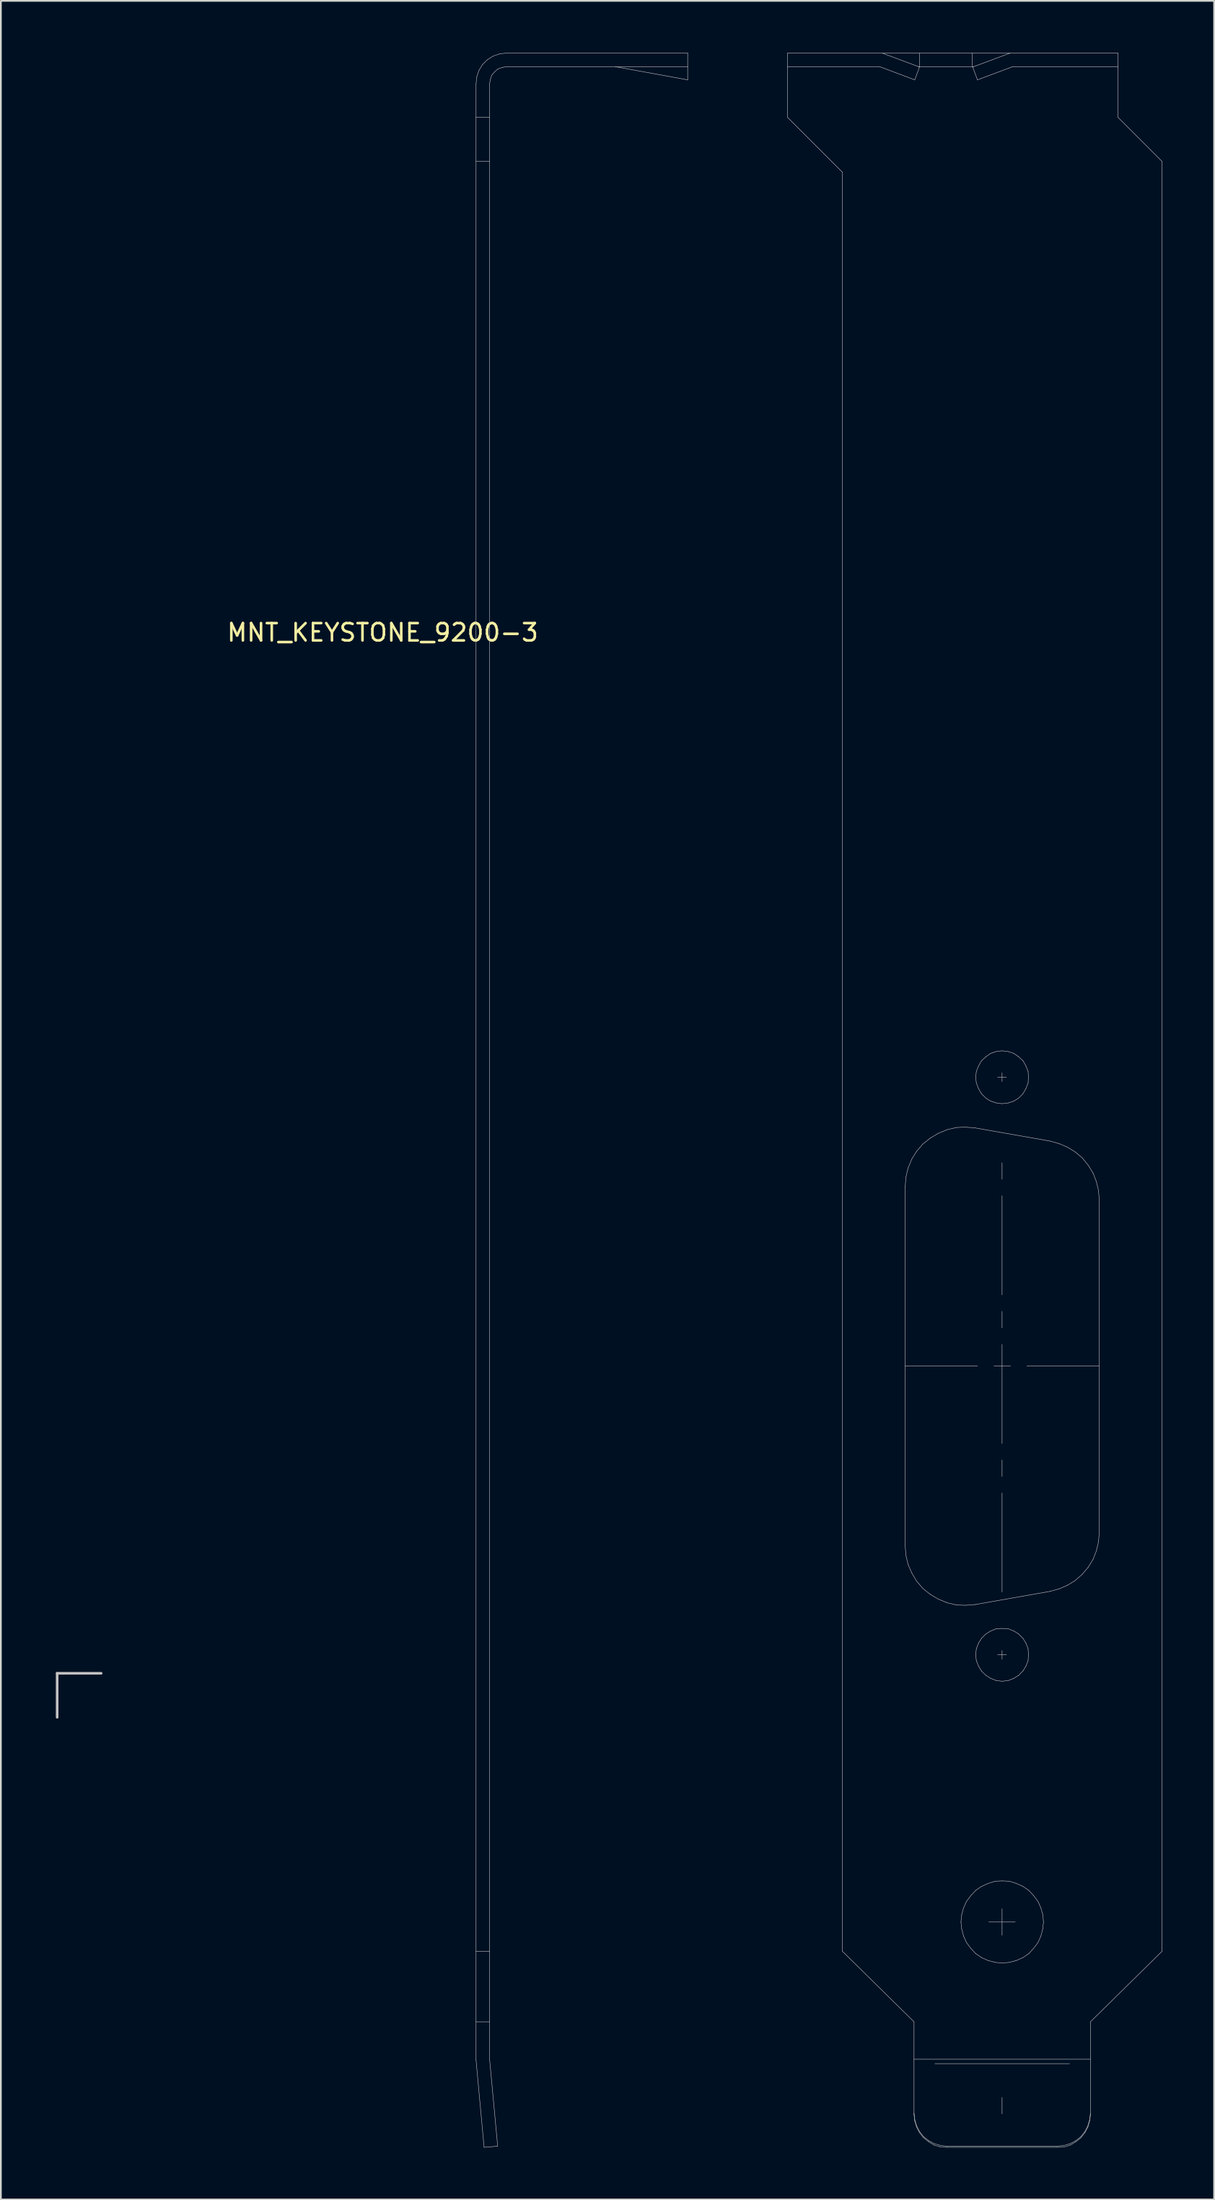
<source format=kicad_pcb>
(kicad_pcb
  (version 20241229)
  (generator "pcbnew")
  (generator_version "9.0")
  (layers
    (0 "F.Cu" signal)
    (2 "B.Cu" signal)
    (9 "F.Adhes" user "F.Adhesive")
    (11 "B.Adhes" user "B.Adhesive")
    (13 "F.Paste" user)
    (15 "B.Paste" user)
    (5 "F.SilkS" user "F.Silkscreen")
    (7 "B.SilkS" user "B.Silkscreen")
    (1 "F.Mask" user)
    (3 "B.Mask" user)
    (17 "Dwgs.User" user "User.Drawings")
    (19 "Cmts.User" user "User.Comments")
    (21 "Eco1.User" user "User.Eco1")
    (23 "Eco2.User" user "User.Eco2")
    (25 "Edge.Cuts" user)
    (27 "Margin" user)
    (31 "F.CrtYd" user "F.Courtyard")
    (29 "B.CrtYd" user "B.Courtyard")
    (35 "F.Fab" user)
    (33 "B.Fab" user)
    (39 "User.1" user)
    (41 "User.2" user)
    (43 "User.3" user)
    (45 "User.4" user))
  (footprint "MNT_KEYSTONE_9200-3"
    (layer "F.Cu")
    (at 0.25 93.529)
    (property "Reference" "MNT_KEYSTONE_9200-3" (at 18.796 -60.071 0) (layer "F.SilkS") (effects (font (size 1 1) (thickness 0.15))))
    (attr through_hole)
    (fp_line (start 0 0) (end 0 2.54) (stroke (width 0.15) (type solid)) (layer "Dwgs.User"))
    (fp_line (start 2.54 0) (end 0 0) (stroke (width 0.15) (type solid)) (layer "Dwgs.User"))
    (fp_line (start 24.186 -91.737) (end 24.229 -92.14) (stroke (width 0.025) (type solid)) (layer "Dwgs.User"))
    (fp_line (start 24.186 22.317) (end 24.186 -91.737) (stroke (width 0.025) (type solid)) (layer "Dwgs.User"))
    (fp_line (start 24.186 22.317) (end 24.652 27.358) (stroke (width 0.025) (type solid)) (layer "Dwgs.User"))
    (fp_line (start 24.229 -92.14) (end 24.356 -92.521) (stroke (width 0.025) (type solid)) (layer "Dwgs.User"))
    (fp_line (start 24.356 -92.521) (end 24.567 -92.86) (stroke (width 0.025) (type solid)) (layer "Dwgs.User"))
    (fp_line (start 24.567 -92.86) (end 24.843 -93.135) (stroke (width 0.025) (type solid)) (layer "Dwgs.User"))
    (fp_line (start 24.652 27.358) (end 25.436 27.294) (stroke (width 0.025) (type solid)) (layer "Dwgs.User"))
    (fp_line (start 24.843 -93.135) (end 25.182 -93.347) (stroke (width 0.025) (type solid)) (layer "Dwgs.User"))
    (fp_line (start 24.97 -91.737) (end 25.012 -91.991) (stroke (width 0.025) (type solid)) (layer "Dwgs.User"))
    (fp_line (start 24.97 -89.81) (end 24.186 -89.81) (stroke (width 0.025) (type solid)) (layer "Dwgs.User"))
    (fp_line (start 24.97 -87.268) (end 24.186 -87.268) (stroke (width 0.025) (type solid)) (layer "Dwgs.User"))
    (fp_line (start 24.97 16.048) (end 24.186 16.048) (stroke (width 0.025) (type solid)) (layer "Dwgs.User"))
    (fp_line (start 24.97 20.114) (end 24.186 20.114) (stroke (width 0.025) (type solid)) (layer "Dwgs.User"))
    (fp_line (start 24.97 22.274) (end 24.97 -91.737) (stroke (width 0.025) (type solid)) (layer "Dwgs.User"))
    (fp_line (start 24.97 22.274) (end 25.436 27.294) (stroke (width 0.025) (type solid)) (layer "Dwgs.User"))
    (fp_line (start 25.012 -91.991) (end 25.097 -92.245) (stroke (width 0.025) (type solid)) (layer "Dwgs.User"))
    (fp_line (start 25.097 -92.245) (end 25.266 -92.436) (stroke (width 0.025) (type solid)) (layer "Dwgs.User"))
    (fp_line (start 25.182 -93.347) (end 25.563 -93.474) (stroke (width 0.025) (type solid)) (layer "Dwgs.User"))
    (fp_line (start 25.266 -92.436) (end 25.457 -92.606) (stroke (width 0.025) (type solid)) (layer "Dwgs.User"))
    (fp_line (start 25.457 -92.606) (end 25.711 -92.69) (stroke (width 0.025) (type solid)) (layer "Dwgs.User"))
    (fp_line (start 25.563 -93.474) (end 25.965 -93.516) (stroke (width 0.025) (type solid)) (layer "Dwgs.User"))
    (fp_line (start 25.711 -92.69) (end 25.965 -92.733) (stroke (width 0.025) (type solid)) (layer "Dwgs.User"))
    (fp_line (start 25.965 -92.733) (end 36.407 -92.733) (stroke (width 0.025) (type solid)) (layer "Dwgs.User"))
    (fp_line (start 36.407 -93.516) (end 25.965 -93.516) (stroke (width 0.025) (type solid)) (layer "Dwgs.User"))
    (fp_line (start 36.407 -92.733) (end 36.407 -93.516) (stroke (width 0.025) (type solid)) (layer "Dwgs.User"))
    (fp_line (start 36.407 -92.733) (end 36.407 -91.97) (stroke (width 0.025) (type solid)) (layer "Dwgs.User"))
    (fp_line (start 36.407 -91.97) (end 32.213 -92.733) (stroke (width 0.025) (type solid)) (layer "Dwgs.User"))
    (fp_line (start 42.168 -93.516) (end 42.168 -89.81) (stroke (width 0.025) (type solid)) (layer "Dwgs.User"))
    (fp_line (start 42.168 -89.81) (end 45.345 -86.633) (stroke (width 0.025) (type solid)) (layer "Dwgs.User"))
    (fp_line (start 45.345 16.048) (end 45.345 -86.633) (stroke (width 0.025) (type solid)) (layer "Dwgs.User"))
    (fp_line (start 47.484 -92.733) (end 42.168 -92.733) (stroke (width 0.025) (type solid)) (layer "Dwgs.User"))
    (fp_line (start 47.484 -92.733) (end 49.518 -91.97) (stroke (width 0.025) (type solid)) (layer "Dwgs.User"))
    (fp_line (start 47.633 -93.516) (end 49.793 -92.711) (stroke (width 0.025) (type solid)) (layer "Dwgs.User"))
    (fp_line (start 48.967 -28.091) (end 48.967 -7.356) (stroke (width 0.025) (type solid)) (layer "Dwgs.User"))
    (fp_line (start 48.967 -17.734) (end 53.139 -17.734) (stroke (width 0.025) (type solid)) (layer "Dwgs.User"))
    (fp_line (start 48.967 -7.356) (end 49.009 -6.806) (stroke (width 0.025) (type solid)) (layer "Dwgs.User"))
    (fp_line (start 49.009 -28.642) (end 48.967 -28.091) (stroke (width 0.025) (type solid)) (layer "Dwgs.User"))
    (fp_line (start 49.009 -6.806) (end 49.136 -6.276) (stroke (width 0.025) (type solid)) (layer "Dwgs.User"))
    (fp_line (start 49.136 -29.172) (end 49.009 -28.642) (stroke (width 0.025) (type solid)) (layer "Dwgs.User"))
    (fp_line (start 49.136 -6.276) (end 49.348 -5.789) (stroke (width 0.025) (type solid)) (layer "Dwgs.User"))
    (fp_line (start 49.348 -29.68) (end 49.136 -29.172) (stroke (width 0.025) (type solid)) (layer "Dwgs.User"))
    (fp_line (start 49.348 -5.789) (end 49.624 -5.323) (stroke (width 0.025) (type solid)) (layer "Dwgs.User"))
    (fp_line (start 49.475 20.114) (end 45.345 16.048) (stroke (width 0.025) (type solid)) (layer "Dwgs.User"))
    (fp_line (start 49.475 25.388) (end 49.518 25.748) (stroke (width 0.025) (type solid)) (layer "Dwgs.User"))
    (fp_line (start 49.475 25.451) (end 49.475 20.114) (stroke (width 0.025) (type solid)) (layer "Dwgs.User"))
    (fp_line (start 49.475 25.451) (end 49.518 25.833) (stroke (width 0.025) (type solid)) (layer "Dwgs.User"))
    (fp_line (start 49.518 -91.97) (end 49.793 -92.711) (stroke (width 0.025) (type solid)) (layer "Dwgs.User"))
    (fp_line (start 49.518 25.748) (end 49.624 26.108) (stroke (width 0.025) (type solid)) (layer "Dwgs.User"))
    (fp_line (start 49.518 25.833) (end 49.624 26.193) (stroke (width 0.025) (type solid)) (layer "Dwgs.User"))
    (fp_line (start 49.624 -30.125) (end 49.348 -29.68) (stroke (width 0.025) (type solid)) (layer "Dwgs.User"))
    (fp_line (start 49.624 -5.323) (end 49.984 -4.899) (stroke (width 0.025) (type solid)) (layer "Dwgs.User"))
    (fp_line (start 49.624 26.108) (end 49.793 26.447) (stroke (width 0.025) (type solid)) (layer "Dwgs.User"))
    (fp_line (start 49.624 26.193) (end 49.793 26.51) (stroke (width 0.025) (type solid)) (layer "Dwgs.User"))
    (fp_line (start 49.793 -93.516) (end 49.793 -92.733) (stroke (width 0.025) (type solid)) (layer "Dwgs.User"))
    (fp_line (start 49.793 26.447) (end 50.026 26.743) (stroke (width 0.025) (type solid)) (layer "Dwgs.User"))
    (fp_line (start 49.793 26.51) (end 50.026 26.807) (stroke (width 0.025) (type solid)) (layer "Dwgs.User"))
    (fp_line (start 49.984 -30.548) (end 49.624 -30.125) (stroke (width 0.025) (type solid)) (layer "Dwgs.User"))
    (fp_line (start 49.984 -4.899) (end 50.407 -4.56) (stroke (width 0.025) (type solid)) (layer "Dwgs.User"))
    (fp_line (start 50.026 26.743) (end 50.323 26.976) (stroke (width 0.025) (type solid)) (layer "Dwgs.User"))
    (fp_line (start 50.026 26.807) (end 50.323 27.04) (stroke (width 0.025) (type solid)) (layer "Dwgs.User"))
    (fp_line (start 50.323 26.976) (end 50.64 27.146) (stroke (width 0.025) (type solid)) (layer "Dwgs.User"))
    (fp_line (start 50.323 27.04) (end 50.64 27.231) (stroke (width 0.025) (type solid)) (layer "Dwgs.User"))
    (fp_line (start 50.407 -30.887) (end 49.984 -30.548) (stroke (width 0.025) (type solid)) (layer "Dwgs.User"))
    (fp_line (start 50.407 -4.56) (end 50.873 -4.285) (stroke (width 0.025) (type solid)) (layer "Dwgs.User"))
    (fp_line (start 50.64 27.146) (end 51 27.252) (stroke (width 0.025) (type solid)) (layer "Dwgs.User"))
    (fp_line (start 50.64 27.231) (end 51 27.337) (stroke (width 0.025) (type solid)) (layer "Dwgs.User"))
    (fp_line (start 50.873 -31.163) (end 50.407 -30.887) (stroke (width 0.025) (type solid)) (layer "Dwgs.User"))
    (fp_line (start 50.873 -4.285) (end 51.382 -4.073) (stroke (width 0.025) (type solid)) (layer "Dwgs.User"))
    (fp_line (start 51 27.252) (end 51.382 27.294) (stroke (width 0.025) (type solid)) (layer "Dwgs.User"))
    (fp_line (start 51 27.337) (end 51.382 27.358) (stroke (width 0.025) (type solid)) (layer "Dwgs.User"))
    (fp_line (start 51.382 -31.374) (end 50.873 -31.163) (stroke (width 0.025) (type solid)) (layer "Dwgs.User"))
    (fp_line (start 51.382 -4.073) (end 51.911 -3.946) (stroke (width 0.025) (type solid)) (layer "Dwgs.User"))
    (fp_line (start 51.911 -31.501) (end 51.382 -31.374) (stroke (width 0.025) (type solid)) (layer "Dwgs.User"))
    (fp_line (start 51.911 -3.946) (end 52.441 -3.925) (stroke (width 0.025) (type solid)) (layer "Dwgs.User"))
    (fp_line (start 52.186 14.353) (end 52.229 14.756) (stroke (width 0.025) (type solid)) (layer "Dwgs.User"))
    (fp_line (start 52.229 13.93) (end 52.186 14.353) (stroke (width 0.025) (type solid)) (layer "Dwgs.User"))
    (fp_line (start 52.229 14.756) (end 52.335 15.158) (stroke (width 0.025) (type solid)) (layer "Dwgs.User"))
    (fp_line (start 52.335 13.548) (end 52.229 13.93) (stroke (width 0.025) (type solid)) (layer "Dwgs.User"))
    (fp_line (start 52.335 15.158) (end 52.504 15.539) (stroke (width 0.025) (type solid)) (layer "Dwgs.User"))
    (fp_line (start 52.441 -31.523) (end 51.911 -31.501) (stroke (width 0.025) (type solid)) (layer "Dwgs.User"))
    (fp_line (start 52.441 -3.925) (end 52.991 -3.967) (stroke (width 0.025) (type solid)) (layer "Dwgs.User"))
    (fp_line (start 52.504 13.167) (end 52.335 13.548) (stroke (width 0.025) (type solid)) (layer "Dwgs.User"))
    (fp_line (start 52.504 15.539) (end 52.758 15.878) (stroke (width 0.025) (type solid)) (layer "Dwgs.User"))
    (fp_line (start 52.758 12.828) (end 52.504 13.167) (stroke (width 0.025) (type solid)) (layer "Dwgs.User"))
    (fp_line (start 52.758 15.878) (end 53.034 16.175) (stroke (width 0.025) (type solid)) (layer "Dwgs.User"))
    (fp_line (start 52.843 -93.516) (end 52.843 -92.733) (stroke (width 0.025) (type solid)) (layer "Dwgs.User"))
    (fp_line (start 52.864 -92.711) (end 53.139 -91.97) (stroke (width 0.025) (type solid)) (layer "Dwgs.User"))
    (fp_line (start 52.928 -92.733) (end 49.73 -92.733) (stroke (width 0.025) (type solid)) (layer "Dwgs.User"))
    (fp_line (start 52.991 -31.48) (end 52.441 -31.523) (stroke (width 0.025) (type solid)) (layer "Dwgs.User"))
    (fp_line (start 52.991 -3.967) (end 57.333 -4.73) (stroke (width 0.025) (type solid)) (layer "Dwgs.User"))
    (fp_line (start 53.034 -34.403) (end 53.076 -34.064) (stroke (width 0.025) (type solid)) (layer "Dwgs.User"))
    (fp_line (start 53.034 -1.066) (end 53.076 -0.727) (stroke (width 0.025) (type solid)) (layer "Dwgs.User"))
    (fp_line (start 53.034 12.532) (end 52.758 12.828) (stroke (width 0.025) (type solid)) (layer "Dwgs.User"))
    (fp_line (start 53.034 16.175) (end 53.372 16.408) (stroke (width 0.025) (type solid)) (layer "Dwgs.User"))
    (fp_line (start 53.076 -34.742) (end 53.034 -34.403) (stroke (width 0.025) (type solid)) (layer "Dwgs.User"))
    (fp_line (start 53.076 -34.064) (end 53.203 -33.746) (stroke (width 0.025) (type solid)) (layer "Dwgs.User"))
    (fp_line (start 53.076 -1.426) (end 53.034 -1.066) (stroke (width 0.025) (type solid)) (layer "Dwgs.User"))
    (fp_line (start 53.076 -0.727) (end 53.203 -0.409) (stroke (width 0.025) (type solid)) (layer "Dwgs.User"))
    (fp_line (start 53.203 -35.06) (end 53.076 -34.742) (stroke (width 0.025) (type solid)) (layer "Dwgs.User"))
    (fp_line (start 53.203 -33.746) (end 53.372 -33.45) (stroke (width 0.025) (type solid)) (layer "Dwgs.User"))
    (fp_line (start 53.203 -1.744) (end 53.076 -1.426) (stroke (width 0.025) (type solid)) (layer "Dwgs.User"))
    (fp_line (start 53.203 -0.409) (end 53.372 -0.134) (stroke (width 0.025) (type solid)) (layer "Dwgs.User"))
    (fp_line (start 53.372 -35.356) (end 53.203 -35.06) (stroke (width 0.025) (type solid)) (layer "Dwgs.User"))
    (fp_line (start 53.372 -33.45) (end 53.627 -33.196) (stroke (width 0.025) (type solid)) (layer "Dwgs.User"))
    (fp_line (start 53.372 -2.019) (end 53.203 -1.744) (stroke (width 0.025) (type solid)) (layer "Dwgs.User"))
    (fp_line (start 53.372 -0.134) (end 53.627 0.12) (stroke (width 0.025) (type solid)) (layer "Dwgs.User"))
    (fp_line (start 53.372 12.299) (end 53.034 12.532) (stroke (width 0.025) (type solid)) (layer "Dwgs.User"))
    (fp_line (start 53.372 16.408) (end 53.754 16.577) (stroke (width 0.025) (type solid)) (layer "Dwgs.User"))
    (fp_line (start 53.627 -35.589) (end 53.372 -35.356) (stroke (width 0.025) (type solid)) (layer "Dwgs.User"))
    (fp_line (start 53.627 -33.196) (end 53.902 -33.026) (stroke (width 0.025) (type solid)) (layer "Dwgs.User"))
    (fp_line (start 53.627 -2.273) (end 53.372 -2.019) (stroke (width 0.025) (type solid)) (layer "Dwgs.User"))
    (fp_line (start 53.627 0.12) (end 53.902 0.29) (stroke (width 0.025) (type solid)) (layer "Dwgs.User"))
    (fp_line (start 53.754 12.129) (end 53.372 12.299) (stroke (width 0.025) (type solid)) (layer "Dwgs.User"))
    (fp_line (start 53.754 16.577) (end 54.156 16.683) (stroke (width 0.025) (type solid)) (layer "Dwgs.User"))
    (fp_line (start 53.902 -35.78) (end 53.627 -35.589) (stroke (width 0.025) (type solid)) (layer "Dwgs.User"))
    (fp_line (start 53.902 -33.026) (end 54.22 -32.92) (stroke (width 0.025) (type solid)) (layer "Dwgs.User"))
    (fp_line (start 53.902 -2.443) (end 53.627 -2.273) (stroke (width 0.025) (type solid)) (layer "Dwgs.User"))
    (fp_line (start 53.902 0.29) (end 54.22 0.417) (stroke (width 0.025) (type solid)) (layer "Dwgs.User"))
    (fp_line (start 54.093 -17.734) (end 55.046 -17.734) (stroke (width 0.025) (type solid)) (layer "Dwgs.User"))
    (fp_line (start 54.156 12.002) (end 53.754 12.129) (stroke (width 0.025) (type solid)) (layer "Dwgs.User"))
    (fp_line (start 54.156 16.683) (end 54.559 16.725) (stroke (width 0.025) (type solid)) (layer "Dwgs.User"))
    (fp_line (start 54.22 -35.886) (end 53.902 -35.78) (stroke (width 0.025) (type solid)) (layer "Dwgs.User"))
    (fp_line (start 54.22 -32.92) (end 54.559 -32.878) (stroke (width 0.025) (type solid)) (layer "Dwgs.User"))
    (fp_line (start 54.22 -2.57) (end 53.902 -2.443) (stroke (width 0.025) (type solid)) (layer "Dwgs.User"))
    (fp_line (start 54.22 0.417) (end 54.559 0.459) (stroke (width 0.025) (type solid)) (layer "Dwgs.User"))
    (fp_line (start 54.559 -35.928) (end 54.22 -35.886) (stroke (width 0.025) (type solid)) (layer "Dwgs.User"))
    (fp_line (start 54.559 -34.149) (end 54.559 -34.657) (stroke (width 0.025) (type solid)) (layer "Dwgs.User"))
    (fp_line (start 54.559 -32.878) (end 54.919 -32.92) (stroke (width 0.025) (type solid)) (layer "Dwgs.User"))
    (fp_line (start 54.559 -28.515) (end 54.559 -29.468) (stroke (width 0.025) (type solid)) (layer "Dwgs.User"))
    (fp_line (start 54.559 -21.843) (end 54.559 -27.562) (stroke (width 0.025) (type solid)) (layer "Dwgs.User"))
    (fp_line (start 54.559 -19.937) (end 54.559 -20.89) (stroke (width 0.025) (type solid)) (layer "Dwgs.User"))
    (fp_line (start 54.559 -13.265) (end 54.559 -18.984) (stroke (width 0.025) (type solid)) (layer "Dwgs.User"))
    (fp_line (start 54.559 -11.359) (end 54.559 -12.312) (stroke (width 0.025) (type solid)) (layer "Dwgs.User"))
    (fp_line (start 54.559 -4.688) (end 54.559 -10.406) (stroke (width 0.025) (type solid)) (layer "Dwgs.User"))
    (fp_line (start 54.559 -2.591) (end 54.22 -2.57) (stroke (width 0.025) (type solid)) (layer "Dwgs.User"))
    (fp_line (start 54.559 -0.812) (end 54.559 -1.32) (stroke (width 0.025) (type solid)) (layer "Dwgs.User"))
    (fp_line (start 54.559 0.459) (end 54.919 0.417) (stroke (width 0.025) (type solid)) (layer "Dwgs.User"))
    (fp_line (start 54.559 11.981) (end 54.156 12.002) (stroke (width 0.025) (type solid)) (layer "Dwgs.User"))
    (fp_line (start 54.559 15.116) (end 54.559 13.591) (stroke (width 0.025) (type solid)) (layer "Dwgs.User"))
    (fp_line (start 54.559 16.725) (end 54.982 16.683) (stroke (width 0.025) (type solid)) (layer "Dwgs.User"))
    (fp_line (start 54.559 24.477) (end 54.559 25.43) (stroke (width 0.025) (type solid)) (layer "Dwgs.User"))
    (fp_line (start 54.813 -34.403) (end 54.304 -34.403) (stroke (width 0.025) (type solid)) (layer "Dwgs.User"))
    (fp_line (start 54.813 -1.066) (end 54.304 -1.066) (stroke (width 0.025) (type solid)) (layer "Dwgs.User"))
    (fp_line (start 54.919 -35.886) (end 54.559 -35.928) (stroke (width 0.025) (type solid)) (layer "Dwgs.User"))
    (fp_line (start 54.919 -32.92) (end 55.236 -33.026) (stroke (width 0.025) (type solid)) (layer "Dwgs.User"))
    (fp_line (start 54.919 -2.57) (end 54.559 -2.591) (stroke (width 0.025) (type solid)) (layer "Dwgs.User"))
    (fp_line (start 54.919 0.417) (end 55.236 0.29) (stroke (width 0.025) (type solid)) (layer "Dwgs.User"))
    (fp_line (start 54.982 12.002) (end 54.559 11.981) (stroke (width 0.025) (type solid)) (layer "Dwgs.User"))
    (fp_line (start 54.982 16.683) (end 55.385 16.577) (stroke (width 0.025) (type solid)) (layer "Dwgs.User"))
    (fp_line (start 55.025 -93.516) (end 52.864 -92.711) (stroke (width 0.025) (type solid)) (layer "Dwgs.User"))
    (fp_line (start 55.173 -92.733) (end 53.139 -91.97) (stroke (width 0.025) (type solid)) (layer "Dwgs.User"))
    (fp_line (start 55.236 -35.78) (end 54.919 -35.886) (stroke (width 0.025) (type solid)) (layer "Dwgs.User"))
    (fp_line (start 55.236 -33.026) (end 55.512 -33.196) (stroke (width 0.025) (type solid)) (layer "Dwgs.User"))
    (fp_line (start 55.236 -2.443) (end 54.919 -2.57) (stroke (width 0.025) (type solid)) (layer "Dwgs.User"))
    (fp_line (start 55.236 0.29) (end 55.512 0.12) (stroke (width 0.025) (type solid)) (layer "Dwgs.User"))
    (fp_line (start 55.321 14.353) (end 53.796 14.353) (stroke (width 0.025) (type solid)) (layer "Dwgs.User"))
    (fp_line (start 55.385 12.129) (end 54.982 12.002) (stroke (width 0.025) (type solid)) (layer "Dwgs.User"))
    (fp_line (start 55.385 16.577) (end 55.766 16.408) (stroke (width 0.025) (type solid)) (layer "Dwgs.User"))
    (fp_line (start 55.512 -35.589) (end 55.236 -35.78) (stroke (width 0.025) (type solid)) (layer "Dwgs.User"))
    (fp_line (start 55.512 -33.196) (end 55.766 -33.45) (stroke (width 0.025) (type solid)) (layer "Dwgs.User"))
    (fp_line (start 55.512 -2.273) (end 55.236 -2.443) (stroke (width 0.025) (type solid)) (layer "Dwgs.User"))
    (fp_line (start 55.512 0.12) (end 55.766 -0.134) (stroke (width 0.025) (type solid)) (layer "Dwgs.User"))
    (fp_line (start 55.766 -35.356) (end 55.512 -35.589) (stroke (width 0.025) (type solid)) (layer "Dwgs.User"))
    (fp_line (start 55.766 -33.45) (end 55.935 -33.746) (stroke (width 0.025) (type solid)) (layer "Dwgs.User"))
    (fp_line (start 55.766 -2.019) (end 55.512 -2.273) (stroke (width 0.025) (type solid)) (layer "Dwgs.User"))
    (fp_line (start 55.766 -0.134) (end 55.935 -0.409) (stroke (width 0.025) (type solid)) (layer "Dwgs.User"))
    (fp_line (start 55.766 12.299) (end 55.385 12.129) (stroke (width 0.025) (type solid)) (layer "Dwgs.User"))
    (fp_line (start 55.766 16.408) (end 56.105 16.175) (stroke (width 0.025) (type solid)) (layer "Dwgs.User"))
    (fp_line (start 55.935 -35.06) (end 55.766 -35.356) (stroke (width 0.025) (type solid)) (layer "Dwgs.User"))
    (fp_line (start 55.935 -33.746) (end 56.062 -34.064) (stroke (width 0.025) (type solid)) (layer "Dwgs.User"))
    (fp_line (start 55.935 -1.744) (end 55.766 -2.019) (stroke (width 0.025) (type solid)) (layer "Dwgs.User"))
    (fp_line (start 55.935 -0.409) (end 56.062 -0.727) (stroke (width 0.025) (type solid)) (layer "Dwgs.User"))
    (fp_line (start 55.999 -17.734) (end 60.171 -17.734) (stroke (width 0.025) (type solid)) (layer "Dwgs.User"))
    (fp_line (start 56.062 -34.742) (end 55.935 -35.06) (stroke (width 0.025) (type solid)) (layer "Dwgs.User"))
    (fp_line (start 56.062 -34.064) (end 56.084 -34.403) (stroke (width 0.025) (type solid)) (layer "Dwgs.User"))
    (fp_line (start 56.062 -1.426) (end 55.935 -1.744) (stroke (width 0.025) (type solid)) (layer "Dwgs.User"))
    (fp_line (start 56.062 -0.727) (end 56.084 -1.066) (stroke (width 0.025) (type solid)) (layer "Dwgs.User"))
    (fp_line (start 56.084 -34.403) (end 56.062 -34.742) (stroke (width 0.025) (type solid)) (layer "Dwgs.User"))
    (fp_line (start 56.084 -1.066) (end 56.062 -1.426) (stroke (width 0.025) (type solid)) (layer "Dwgs.User"))
    (fp_line (start 56.105 12.532) (end 55.766 12.299) (stroke (width 0.025) (type solid)) (layer "Dwgs.User"))
    (fp_line (start 56.105 16.175) (end 56.38 15.878) (stroke (width 0.025) (type solid)) (layer "Dwgs.User"))
    (fp_line (start 56.38 12.828) (end 56.105 12.532) (stroke (width 0.025) (type solid)) (layer "Dwgs.User"))
    (fp_line (start 56.38 15.878) (end 56.634 15.539) (stroke (width 0.025) (type solid)) (layer "Dwgs.User"))
    (fp_line (start 56.634 13.167) (end 56.38 12.828) (stroke (width 0.025) (type solid)) (layer "Dwgs.User"))
    (fp_line (start 56.634 15.539) (end 56.804 15.158) (stroke (width 0.025) (type solid)) (layer "Dwgs.User"))
    (fp_line (start 56.804 13.548) (end 56.634 13.167) (stroke (width 0.025) (type solid)) (layer "Dwgs.User"))
    (fp_line (start 56.804 15.158) (end 56.91 14.756) (stroke (width 0.025) (type solid)) (layer "Dwgs.User"))
    (fp_line (start 56.91 13.93) (end 56.804 13.548) (stroke (width 0.025) (type solid)) (layer "Dwgs.User"))
    (fp_line (start 56.91 14.756) (end 56.952 14.353) (stroke (width 0.025) (type solid)) (layer "Dwgs.User"))
    (fp_line (start 56.952 14.353) (end 56.91 13.93) (stroke (width 0.025) (type solid)) (layer "Dwgs.User"))
    (fp_line (start 57.333 -30.718) (end 52.991 -31.48) (stroke (width 0.025) (type solid)) (layer "Dwgs.User"))
    (fp_line (start 57.333 -4.73) (end 57.863 -4.878) (stroke (width 0.025) (type solid)) (layer "Dwgs.User"))
    (fp_line (start 57.757 27.294) (end 51.382 27.294) (stroke (width 0.025) (type solid)) (layer "Dwgs.User"))
    (fp_line (start 57.757 27.294) (end 58.138 27.252) (stroke (width 0.025) (type solid)) (layer "Dwgs.User"))
    (fp_line (start 57.757 27.358) (end 51.382 27.358) (stroke (width 0.025) (type solid)) (layer "Dwgs.User"))
    (fp_line (start 57.757 27.358) (end 58.138 27.337) (stroke (width 0.025) (type solid)) (layer "Dwgs.User"))
    (fp_line (start 57.863 -30.569) (end 57.333 -30.718) (stroke (width 0.025) (type solid)) (layer "Dwgs.User"))
    (fp_line (start 57.863 -4.878) (end 58.35 -5.09) (stroke (width 0.025) (type solid)) (layer "Dwgs.User"))
    (fp_line (start 58.138 27.252) (end 58.498 27.146) (stroke (width 0.025) (type solid)) (layer "Dwgs.User"))
    (fp_line (start 58.138 27.337) (end 58.498 27.231) (stroke (width 0.025) (type solid)) (layer "Dwgs.User"))
    (fp_line (start 58.35 -30.358) (end 57.863 -30.569) (stroke (width 0.025) (type solid)) (layer "Dwgs.User"))
    (fp_line (start 58.35 -5.09) (end 58.795 -5.365) (stroke (width 0.025) (type solid)) (layer "Dwgs.User"))
    (fp_line (start 58.456 22.529) (end 50.683 22.529) (stroke (width 0.025) (type solid)) (layer "Dwgs.User"))
    (fp_line (start 58.498 27.146) (end 58.816 26.976) (stroke (width 0.025) (type solid)) (layer "Dwgs.User"))
    (fp_line (start 58.498 27.231) (end 58.816 27.04) (stroke (width 0.025) (type solid)) (layer "Dwgs.User"))
    (fp_line (start 58.795 -30.082) (end 58.35 -30.358) (stroke (width 0.025) (type solid)) (layer "Dwgs.User"))
    (fp_line (start 58.795 -5.365) (end 59.197 -5.725) (stroke (width 0.025) (type solid)) (layer "Dwgs.User"))
    (fp_line (start 58.816 26.976) (end 59.112 26.743) (stroke (width 0.025) (type solid)) (layer "Dwgs.User"))
    (fp_line (start 58.816 27.04) (end 59.112 26.807) (stroke (width 0.025) (type solid)) (layer "Dwgs.User"))
    (fp_line (start 59.112 26.743) (end 59.345 26.447) (stroke (width 0.025) (type solid)) (layer "Dwgs.User"))
    (fp_line (start 59.112 26.807) (end 59.345 26.51) (stroke (width 0.025) (type solid)) (layer "Dwgs.User"))
    (fp_line (start 59.197 -29.743) (end 58.795 -30.082) (stroke (width 0.025) (type solid)) (layer "Dwgs.User"))
    (fp_line (start 59.197 -5.725) (end 59.536 -6.128) (stroke (width 0.025) (type solid)) (layer "Dwgs.User"))
    (fp_line (start 59.345 26.447) (end 59.515 26.108) (stroke (width 0.025) (type solid)) (layer "Dwgs.User"))
    (fp_line (start 59.345 26.51) (end 59.515 26.193) (stroke (width 0.025) (type solid)) (layer "Dwgs.User"))
    (fp_line (start 59.515 26.108) (end 59.621 25.748) (stroke (width 0.025) (type solid)) (layer "Dwgs.User"))
    (fp_line (start 59.515 26.193) (end 59.621 25.833) (stroke (width 0.025) (type solid)) (layer "Dwgs.User"))
    (fp_line (start 59.536 -29.32) (end 59.197 -29.743) (stroke (width 0.025) (type solid)) (layer "Dwgs.User"))
    (fp_line (start 59.536 -6.128) (end 59.811 -6.573) (stroke (width 0.025) (type solid)) (layer "Dwgs.User"))
    (fp_line (start 59.621 25.748) (end 59.663 25.388) (stroke (width 0.025) (type solid)) (layer "Dwgs.User"))
    (fp_line (start 59.621 25.833) (end 59.663 25.451) (stroke (width 0.025) (type solid)) (layer "Dwgs.User"))
    (fp_line (start 59.663 20.114) (end 63.793 16.048) (stroke (width 0.025) (type solid)) (layer "Dwgs.User"))
    (fp_line (start 59.663 22.274) (end 49.475 22.274) (stroke (width 0.025) (type solid)) (layer "Dwgs.User"))
    (fp_line (start 59.663 25.451) (end 59.663 20.114) (stroke (width 0.025) (type solid)) (layer "Dwgs.User"))
    (fp_line (start 59.811 -28.875) (end 59.536 -29.32) (stroke (width 0.025) (type solid)) (layer "Dwgs.User"))
    (fp_line (start 59.811 -6.573) (end 60.002 -7.06) (stroke (width 0.025) (type solid)) (layer "Dwgs.User"))
    (fp_line (start 60.002 -28.388) (end 59.811 -28.875) (stroke (width 0.025) (type solid)) (layer "Dwgs.User"))
    (fp_line (start 60.002 -7.06) (end 60.129 -7.589) (stroke (width 0.025) (type solid)) (layer "Dwgs.User"))
    (fp_line (start 60.129 -27.858) (end 60.002 -28.388) (stroke (width 0.025) (type solid)) (layer "Dwgs.User"))
    (fp_line (start 60.129 -7.589) (end 60.171 -8.119) (stroke (width 0.025) (type solid)) (layer "Dwgs.User"))
    (fp_line (start 60.171 -27.329) (end 60.129 -27.858) (stroke (width 0.025) (type solid)) (layer "Dwgs.User"))
    (fp_line (start 60.171 -8.119) (end 60.171 -27.329) (stroke (width 0.025) (type solid)) (layer "Dwgs.User"))
    (fp_line (start 61.251 -93.516) (end 42.168 -93.516) (stroke (width 0.025) (type solid)) (layer "Dwgs.User"))
    (fp_line (start 61.251 -93.516) (end 61.251 -89.81) (stroke (width 0.025) (type solid)) (layer "Dwgs.User"))
    (fp_line (start 61.251 -92.733) (end 55.173 -92.733) (stroke (width 0.025) (type solid)) (layer "Dwgs.User"))
    (fp_line (start 61.251 -89.81) (end 63.793 -87.268) (stroke (width 0.025) (type solid)) (layer "Dwgs.User"))
    (fp_line (start 63.793 -87.268) (end 63.793 16.048) (stroke (width 0.025) (type solid)) (layer "Dwgs.User")))
  (gr_rect
    (start -3 -3)
    (end 67.055 123.899)
    (stroke (width 0.1) (type default))
    (fill no)
    (layer "Edge.Cuts")))
</source>
